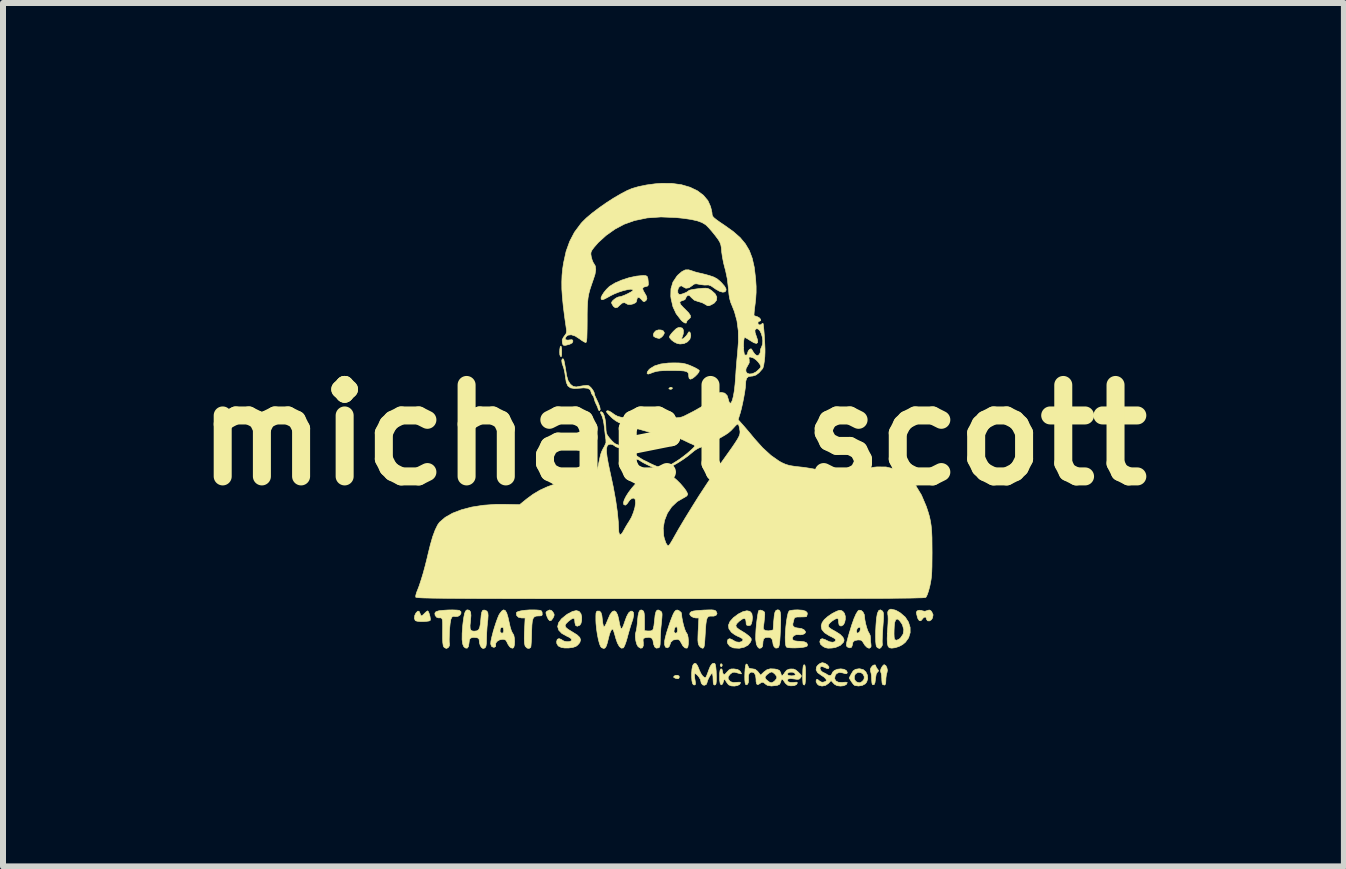
<source format=kicad_pcb>
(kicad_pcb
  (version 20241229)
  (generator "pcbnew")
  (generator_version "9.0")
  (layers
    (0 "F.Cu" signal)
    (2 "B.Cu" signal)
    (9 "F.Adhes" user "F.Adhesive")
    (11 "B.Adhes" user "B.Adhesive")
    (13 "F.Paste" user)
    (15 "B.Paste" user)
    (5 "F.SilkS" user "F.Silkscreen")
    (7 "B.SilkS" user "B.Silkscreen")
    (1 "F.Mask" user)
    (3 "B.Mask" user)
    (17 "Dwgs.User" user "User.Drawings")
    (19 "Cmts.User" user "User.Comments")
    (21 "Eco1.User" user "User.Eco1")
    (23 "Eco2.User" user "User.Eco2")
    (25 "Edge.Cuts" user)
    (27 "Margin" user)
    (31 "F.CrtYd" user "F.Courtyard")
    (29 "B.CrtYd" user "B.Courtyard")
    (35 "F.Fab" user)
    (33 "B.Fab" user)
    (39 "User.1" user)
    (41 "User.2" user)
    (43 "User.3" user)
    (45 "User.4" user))
  (footprint "michael_scott"
    (layer "F.Cu")
    (at 8.172 4.199)
    (property "Reference" "michael_scott" (at 0 0 0) (layer "F.SilkS") (effects (font (size 1.524 1.524) (thickness 0.3))))
    (attr through_hole)
    (fp_poly (pts (xy -0.019 -0.786) (xy -0.017 -0.779) (xy -0.031 -0.765) (xy -0.052 -0.762) (xy -0.075 -0.769) (xy -0.076 -0.779) (xy -0.052 -0.795) (xy -0.041 -0.796) (xy -0.019 -0.786)) (stroke (width 0.01) (type solid)) (fill yes) (layer "F.SilkS"))
    (fp_poly (pts (xy 0.811 3.824) (xy 0.813 3.835) (xy 0.804 3.858) (xy 0.796 3.861) (xy 0.781 3.847) (xy 0.779 3.835) (xy 0.788 3.813) (xy 0.796 3.81) (xy 0.811 3.824)) (stroke (width 0.01) (type solid)) (fill yes) (layer "F.SilkS"))
    (fp_poly (pts (xy 0.095 4.018) (xy 0.095 4.043) (xy 0.094 4.046) (xy 0.082 4.059) (xy 0.064 4.06) (xy 0.03 4.052) (xy 0.003 4.037) (xy 0.008 4.018) (xy 0.036 4.004) (xy 0.071 4.003) (xy 0.095 4.018)) (stroke (width 0.01) (type solid)) (fill yes) (layer "F.SilkS"))
    (fp_poly (pts (xy -1.869 -1.473) (xy -1.864 -1.434) (xy -1.863 -1.398) (xy -1.863 -1.341) (xy -1.866 -1.313) (xy -1.874 -1.306) (xy -1.885 -1.315) (xy -1.894 -1.34) (xy -1.896 -1.383) (xy -1.894 -1.431) (xy -1.887 -1.468) (xy -1.88 -1.482) (xy -1.869 -1.473)) (stroke (width 0.01) (type solid)) (fill yes) (layer "F.SilkS"))
    (fp_poly (pts (xy -2.029 2.926) (xy -2.006 2.954) (xy -1.989 2.985) (xy -1.99 3.012) (xy -2.006 3.047) (xy -2.034 3.087) (xy -2.06 3.095) (xy -2.086 3.069) (xy -2.106 3.027) (xy -2.122 2.982) (xy -2.125 2.957) (xy -2.115 2.941) (xy -2.105 2.934) (xy -2.063 2.914) (xy -2.029 2.926)) (stroke (width 0.01) (type solid)) (fill yes) (layer "F.SilkS"))
    (fp_poly (pts (xy -0.206 -1.75) (xy -0.169 -1.735) (xy -0.153 -1.706) (xy -0.152 -1.701) (xy -0.165 -1.67) (xy -0.193 -1.636) (xy -0.226 -1.613) (xy -0.241 -1.61) (xy -0.273 -1.617) (xy -0.301 -1.626) (xy -0.332 -1.647) (xy -0.335 -1.678) (xy -0.322 -1.709) (xy -0.293 -1.738) (xy -0.25 -1.752) (xy -0.206 -1.75)) (stroke (width 0.01) (type solid)) (fill yes) (layer "F.SilkS"))
    (fp_poly (pts (xy 2.19 3.835) (xy 2.196 3.863) (xy 2.2 3.914) (xy 2.201 3.995) (xy 2.201 3.996) (xy 2.199 4.086) (xy 2.193 4.142) (xy 2.182 4.166) (xy 2.166 4.159) (xy 2.16 4.151) (xy 2.157 4.128) (xy 2.154 4.08) (xy 2.153 4.016) (xy 2.154 3.982) (xy 2.156 3.904) (xy 2.161 3.856) (xy 2.17 3.832) (xy 2.179 3.827) (xy 2.19 3.835)) (stroke (width 0.01) (type solid)) (fill yes) (layer "F.SilkS"))
    (fp_poly (pts (xy 3.363 3.831) (xy 3.37 3.846) (xy 3.38 3.874) (xy 3.398 3.898) (xy 3.417 3.923) (xy 3.411 3.94) (xy 3.399 3.95) (xy 3.378 3.985) (xy 3.367 4.052) (xy 3.366 4.063) (xy 3.358 4.125) (xy 3.343 4.159) (xy 3.322 4.161) (xy 3.314 4.155) (xy 3.307 4.132) (xy 3.303 4.088) (xy 3.302 4.06) (xy 3.299 4.005) (xy 3.291 3.96) (xy 3.286 3.948) (xy 3.281 3.903) (xy 3.291 3.877) (xy 3.314 3.847) (xy 3.341 3.831) (xy 3.363 3.831)) (stroke (width 0.01) (type solid)) (fill yes) (layer "F.SilkS"))
    (fp_poly (pts (xy 3.538 3.842) (xy 3.556 3.877) (xy 3.565 3.92) (xy 3.558 3.958) (xy 3.557 3.96) (xy 3.547 3.997) (xy 3.54 4.051) (xy 3.539 4.08) (xy 3.536 4.136) (xy 3.525 4.162) (xy 3.516 4.166) (xy 3.488 4.158) (xy 3.483 4.154) (xy 3.476 4.132) (xy 3.472 4.088) (xy 3.471 4.056) (xy 3.468 4.003) (xy 3.46 3.964) (xy 3.454 3.952) (xy 3.449 3.926) (xy 3.46 3.889) (xy 3.481 3.852) (xy 3.504 3.829) (xy 3.513 3.827) (xy 3.538 3.842)) (stroke (width 0.01) (type solid)) (fill yes) (layer "F.SilkS"))
    (fp_poly (pts (xy -4.083 2.944) (xy -4.069 2.98) (xy -4.057 3.024) (xy -4.051 3.065) (xy -4.052 3.087) (xy -4.071 3.098) (xy -4.113 3.104) (xy -4.168 3.108) (xy -4.224 3.107) (xy -4.272 3.102) (xy -4.3 3.093) (xy -4.302 3.092) (xy -4.317 3.055) (xy -4.311 3.006) (xy -4.292 2.967) (xy -4.262 2.935) (xy -4.24 2.936) (xy -4.224 2.97) (xy -4.223 2.972) (xy -4.211 3.003) (xy -4.201 3.014) (xy -4.182 3.003) (xy -4.152 2.976) (xy -4.149 2.972) (xy -4.118 2.943) (xy -4.097 2.93) (xy -4.096 2.929) (xy -4.083 2.944)) (stroke (width 0.01) (type solid)) (fill yes) (layer "F.SilkS"))
    (fp_poly (pts (xy 4.286 2.925) (xy 4.303 2.945) (xy 4.326 2.996) (xy 4.315 3.05) (xy 4.297 3.078) (xy 4.267 3.097) (xy 4.236 3.096) (xy 4.218 3.074) (xy 4.216 3.065) (xy 4.206 3.037) (xy 4.192 3.031) (xy 4.165 3.045) (xy 4.149 3.065) (xy 4.122 3.095) (xy 4.096 3.092) (xy 4.073 3.059) (xy 4.065 3.035) (xy 4.053 2.989) (xy 4.047 2.956) (xy 4.047 2.952) (xy 4.061 2.93) (xy 4.095 2.919) (xy 4.134 2.923) (xy 4.147 2.929) (xy 4.188 2.937) (xy 4.226 2.926) (xy 4.261 2.915) (xy 4.286 2.925)) (stroke (width 0.01) (type solid)) (fill yes) (layer "F.SilkS"))
    (fp_poly (pts (xy 3.479 2.93) (xy 3.481 2.932) (xy 3.491 2.946) (xy 3.498 2.966) (xy 3.5 2.999) (xy 3.5 3.05) (xy 3.495 3.124) (xy 3.489 3.208) (xy 3.484 3.297) (xy 3.48 3.374) (xy 3.478 3.433) (xy 3.479 3.467) (xy 3.48 3.472) (xy 3.481 3.5) (xy 3.464 3.532) (xy 3.44 3.554) (xy 3.43 3.556) (xy 3.402 3.544) (xy 3.386 3.529) (xy 3.376 3.5) (xy 3.37 3.443) (xy 3.368 3.364) (xy 3.369 3.271) (xy 3.374 3.169) (xy 3.382 3.064) (xy 3.384 3.05) (xy 3.397 2.974) (xy 3.418 2.927) (xy 3.446 2.912) (xy 3.479 2.93)) (stroke (width 0.01) (type solid)) (fill yes) (layer "F.SilkS"))
    (fp_poly (pts (xy 0.149 -1.781) (xy 0.164 -1.752) (xy 0.166 -1.737) (xy 0.163 -1.686) (xy 0.151 -1.648) (xy 0.138 -1.616) (xy 0.139 -1.599) (xy 0.156 -1.603) (xy 0.185 -1.625) (xy 0.215 -1.656) (xy 0.238 -1.689) (xy 0.242 -1.699) (xy 0.258 -1.721) (xy 0.274 -1.714) (xy 0.285 -1.683) (xy 0.288 -1.651) (xy 0.273 -1.596) (xy 0.232 -1.552) (xy 0.175 -1.524) (xy 0.109 -1.517) (xy 0.059 -1.527) (xy 0.009 -1.552) (xy -0.035 -1.586) (xy -0.063 -1.62) (xy -0.068 -1.636) (xy -0.057 -1.66) (xy -0.029 -1.697) (xy -0.001 -1.728) (xy 0.043 -1.77) (xy 0.078 -1.79) (xy 0.113 -1.792) (xy 0.149 -1.781)) (stroke (width 0.01) (type solid)) (fill yes) (layer "F.SilkS"))
    (fp_poly (pts (xy 3.163 3.909) (xy 3.206 3.947) (xy 3.231 4) (xy 3.237 4.059) (xy 3.219 4.116) (xy 3.195 4.146) (xy 3.146 4.172) (xy 3.083 4.182) (xy 3.023 4.173) (xy 3.019 4.172) (xy 2.997 4.153) (xy 2.97 4.116) (xy 2.963 4.106) (xy 2.928 4.049) (xy 2.942 4.021) (xy 3.013 4.021) (xy 3.014 4.065) (xy 3.036 4.103) (xy 3.058 4.117) (xy 3.092 4.128) (xy 3.115 4.125) (xy 3.146 4.105) (xy 3.175 4.069) (xy 3.179 4.026) (xy 3.161 3.987) (xy 3.127 3.96) (xy 3.08 3.954) (xy 3.071 3.956) (xy 3.032 3.98) (xy 3.013 4.021) (xy 2.942 4.021) (xy 2.962 3.982) (xy 2.994 3.93) (xy 3.032 3.904) (xy 3.087 3.895) (xy 3.106 3.895) (xy 3.163 3.909)) (stroke (width 0.01) (type solid)) (fill yes) (layer "F.SilkS"))
    (fp_poly (pts (xy -2.278 2.915) (xy -2.227 2.92) (xy -2.201 2.93) (xy -2.19 2.95) (xy -2.188 2.968) (xy -2.187 2.997) (xy -2.2 3.011) (xy -2.235 3.014) (xy -2.25 3.014) (xy -2.29 3.017) (xy -2.319 3.03) (xy -2.339 3.056) (xy -2.352 3.101) (xy -2.359 3.169) (xy -2.363 3.265) (xy -2.364 3.305) (xy -2.366 3.388) (xy -2.37 3.459) (xy -2.374 3.511) (xy -2.378 3.537) (xy -2.379 3.538) (xy -2.406 3.556) (xy -2.439 3.55) (xy -2.468 3.522) (xy -2.474 3.509) (xy -2.483 3.466) (xy -2.486 3.391) (xy -2.484 3.289) (xy -2.482 3.255) (xy -2.472 3.048) (xy -2.531 3.048) (xy -2.582 3.037) (xy -2.613 3.007) (xy -2.618 2.967) (xy -2.615 2.957) (xy -2.593 2.943) (xy -2.545 2.93) (xy -2.479 2.92) (xy -2.401 2.914) (xy -2.32 2.914) (xy -2.278 2.915)) (stroke (width 0.01) (type solid)) (fill yes) (layer "F.SilkS"))
    (fp_poly (pts (xy 0.088 -1.201) (xy 0.15 -1.196) (xy 0.204 -1.184) (xy 0.261 -1.165) (xy 0.296 -1.15) (xy 0.356 -1.123) (xy 0.403 -1.097) (xy 0.428 -1.078) (xy 0.43 -1.075) (xy 0.424 -1.05) (xy 0.398 -1.015) (xy 0.361 -0.978) (xy 0.322 -0.947) (xy 0.289 -0.932) (xy 0.284 -0.931) (xy 0.263 -0.94) (xy 0.255 -0.971) (xy 0.254 -0.99) (xy 0.251 -1.021) (xy 0.24 -1.043) (xy 0.215 -1.058) (xy 0.174 -1.068) (xy 0.109 -1.073) (xy 0.019 -1.075) (xy -0.051 -1.075) (xy -0.153 -1.074) (xy -0.228 -1.069) (xy -0.284 -1.061) (xy -0.329 -1.048) (xy -0.335 -1.046) (xy -0.382 -1.028) (xy -0.416 -1.017) (xy -0.424 -1.016) (xy -0.44 -1.026) (xy -0.435 -1.052) (xy -0.41 -1.087) (xy -0.389 -1.107) (xy -0.313 -1.153) (xy -0.212 -1.184) (xy -0.085 -1.2) (xy 0.004 -1.202) (xy 0.088 -1.201)) (stroke (width 0.01) (type solid)) (fill yes) (layer "F.SilkS"))
    (fp_poly (pts (xy 0.673 2.917) (xy 0.696 2.924) (xy 0.71 2.937) (xy 0.71 2.937) (xy 0.726 2.973) (xy 0.712 3.001) (xy 0.674 3.017) (xy 0.638 3.017) (xy 0.605 3.017) (xy 0.58 3.026) (xy 0.562 3.049) (xy 0.549 3.09) (xy 0.54 3.154) (xy 0.533 3.245) (xy 0.529 3.314) (xy 0.523 3.409) (xy 0.518 3.475) (xy 0.512 3.517) (xy 0.504 3.541) (xy 0.493 3.551) (xy 0.488 3.553) (xy 0.459 3.543) (xy 0.43 3.514) (xy 0.418 3.491) (xy 0.411 3.462) (xy 0.407 3.42) (xy 0.408 3.359) (xy 0.411 3.272) (xy 0.412 3.259) (xy 0.423 3.048) (xy 0.373 3.048) (xy 0.33 3.039) (xy 0.292 3.017) (xy 0.272 2.99) (xy 0.271 2.983) (xy 0.277 2.96) (xy 0.297 2.943) (xy 0.335 2.932) (xy 0.397 2.924) (xy 0.488 2.918) (xy 0.493 2.917) (xy 0.578 2.914) (xy 0.636 2.913) (xy 0.673 2.917)) (stroke (width 0.01) (type solid)) (fill yes) (layer "F.SilkS"))
    (fp_poly (pts (xy -3.619 2.916) (xy -3.575 2.92) (xy -3.566 2.923) (xy -3.541 2.944) (xy -3.541 2.973) (xy -3.559 3.001) (xy -3.591 3.021) (xy -3.629 3.025) (xy -3.64 3.023) (xy -3.67 3.02) (xy -3.693 3.035) (xy -3.71 3.073) (xy -3.721 3.136) (xy -3.73 3.228) (xy -3.732 3.256) (xy -3.735 3.335) (xy -3.737 3.405) (xy -3.736 3.455) (xy -3.732 3.477) (xy -3.734 3.513) (xy -3.756 3.544) (xy -3.785 3.556) (xy -3.812 3.544) (xy -3.828 3.53) (xy -3.837 3.506) (xy -3.844 3.458) (xy -3.847 3.384) (xy -3.847 3.28) (xy -3.847 3.276) (xy -3.846 3.183) (xy -3.847 3.118) (xy -3.851 3.077) (xy -3.861 3.055) (xy -3.877 3.046) (xy -3.9 3.046) (xy -3.913 3.047) (xy -3.948 3.035) (xy -3.972 3.003) (xy -3.976 2.968) (xy -3.959 2.945) (xy -3.916 2.93) (xy -3.894 2.926) (xy -3.831 2.92) (xy -3.757 2.915) (xy -3.683 2.914) (xy -3.619 2.916)) (stroke (width 0.01) (type solid)) (fill yes) (layer "F.SilkS"))
    (fp_poly (pts (xy 3.636 2.903) (xy 3.672 2.912) (xy 3.681 2.913) (xy 3.706 2.921) (xy 3.748 2.944) (xy 3.782 2.965) (xy 3.862 3.034) (xy 3.915 3.116) (xy 3.943 3.204) (xy 3.944 3.293) (xy 3.918 3.378) (xy 3.865 3.452) (xy 3.818 3.491) (xy 3.76 3.522) (xy 3.696 3.543) (xy 3.638 3.551) (xy 3.596 3.544) (xy 3.594 3.542) (xy 3.575 3.517) (xy 3.564 3.47) (xy 3.561 3.398) (xy 3.564 3.312) (xy 3.675 3.312) (xy 3.677 3.367) (xy 3.683 3.402) (xy 3.686 3.409) (xy 3.718 3.42) (xy 3.76 3.401) (xy 3.784 3.38) (xy 3.827 3.316) (xy 3.838 3.244) (xy 3.816 3.166) (xy 3.803 3.141) (xy 3.764 3.088) (xy 3.731 3.065) (xy 3.705 3.075) (xy 3.688 3.117) (xy 3.685 3.128) (xy 3.679 3.183) (xy 3.676 3.248) (xy 3.675 3.312) (xy 3.564 3.312) (xy 3.564 3.297) (xy 3.57 3.217) (xy 3.575 3.136) (xy 3.577 3.064) (xy 3.575 3.011) (xy 3.571 2.985) (xy 3.57 2.947) (xy 3.589 2.915) (xy 3.62 2.901) (xy 3.636 2.903)) (stroke (width 0.01) (type solid)) (fill yes) (layer "F.SilkS"))
    (fp_poly (pts (xy 0.092 2.926) (xy 0.128 2.956) (xy 0.135 2.986) (xy 0.14 3.038) (xy 0.152 3.103) (xy 0.168 3.171) (xy 0.187 3.233) (xy 0.205 3.279) (xy 0.218 3.298) (xy 0.234 3.326) (xy 0.244 3.374) (xy 0.249 3.431) (xy 0.247 3.487) (xy 0.24 3.53) (xy 0.226 3.551) (xy 0.192 3.547) (xy 0.157 3.514) (xy 0.127 3.46) (xy 0.103 3.42) (xy 0.073 3.404) (xy 0.059 3.404) (xy -0.004 3.415) (xy -0.044 3.451) (xy -0.056 3.486) (xy -0.074 3.528) (xy -0.101 3.546) (xy -0.131 3.535) (xy -0.136 3.529) (xy -0.149 3.491) (xy -0.147 3.431) (xy -0.136 3.374) (xy -0.116 3.3) (xy -0.108 3.273) (xy 0.007 3.273) (xy 0.023 3.298) (xy 0.043 3.302) (xy 0.062 3.287) (xy 0.068 3.252) (xy 0.062 3.209) (xy 0.046 3.192) (xy 0.027 3.205) (xy 0.017 3.226) (xy 0.007 3.273) (xy -0.108 3.273) (xy -0.09 3.217) (xy -0.062 3.132) (xy -0.033 3.054) (xy -0.007 2.99) (xy 0.013 2.951) (xy 0.016 2.947) (xy 0.042 2.919) (xy 0.068 2.916) (xy 0.092 2.926)) (stroke (width 0.01) (type solid)) (fill yes) (layer "F.SilkS"))
    (fp_poly (pts (xy -2.804 2.923) (xy -2.779 2.964) (xy -2.757 3.037) (xy -2.741 3.108) (xy -2.721 3.197) (xy -2.701 3.262) (xy -2.682 3.3) (xy -2.679 3.303) (xy -2.661 3.334) (xy -2.651 3.383) (xy -2.647 3.44) (xy -2.65 3.494) (xy -2.66 3.535) (xy -2.677 3.552) (xy -2.708 3.545) (xy -2.73 3.527) (xy -2.757 3.488) (xy -2.775 3.45) (xy -2.795 3.417) (xy -2.827 3.405) (xy -2.85 3.404) (xy -2.897 3.413) (xy -2.937 3.436) (xy -2.96 3.466) (xy -2.962 3.482) (xy -2.963 3.522) (xy -2.986 3.537) (xy -3.001 3.536) (xy -3.03 3.523) (xy -3.043 3.49) (xy -3.045 3.474) (xy -3.042 3.435) (xy -3.029 3.373) (xy -3.009 3.295) (xy -3.004 3.276) (xy -2.89 3.276) (xy -2.869 3.299) (xy -2.852 3.302) (xy -2.833 3.287) (xy -2.828 3.251) (xy -2.836 3.213) (xy -2.856 3.2) (xy -2.878 3.214) (xy -2.887 3.234) (xy -2.89 3.276) (xy -3.004 3.276) (xy -2.985 3.211) (xy -2.958 3.128) (xy -2.932 3.055) (xy -2.909 3) (xy -2.899 2.982) (xy -2.862 2.933) (xy -2.831 2.913) (xy -2.804 2.923)) (stroke (width 0.01) (type solid)) (fill yes) (layer "F.SilkS"))
    (fp_poly (pts (xy 0.811 3.909) (xy 0.813 3.924) (xy 0.822 3.965) (xy 0.829 3.979) (xy 0.843 3.991) (xy 0.862 3.982) (xy 0.893 3.948) (xy 0.927 3.913) (xy 0.96 3.898) (xy 1.007 3.897) (xy 1.014 3.898) (xy 1.07 3.907) (xy 1.105 3.93) (xy 1.116 3.944) (xy 1.133 3.973) (xy 1.128 3.98) (xy 1.101 3.974) (xy 1.051 3.96) (xy 1.021 3.952) (xy 0.984 3.954) (xy 0.945 3.984) (xy 0.942 3.988) (xy 0.914 4.023) (xy 0.91 4.051) (xy 0.917 4.072) (xy 0.948 4.109) (xy 0.997 4.124) (xy 1.06 4.12) (xy 1.098 4.118) (xy 1.117 4.124) (xy 1.118 4.126) (xy 1.103 4.155) (xy 1.066 4.174) (xy 1.016 4.183) (xy 0.965 4.18) (xy 0.923 4.164) (xy 0.911 4.153) (xy 0.881 4.113) (xy 0.867 4.089) (xy 0.856 4.07) (xy 0.849 4.066) (xy 0.84 4.084) (xy 0.825 4.128) (xy 0.821 4.142) (xy 0.804 4.161) (xy 0.792 4.161) (xy 0.778 4.14) (xy 0.77 4.089) (xy 0.769 4.054) (xy 0.769 3.973) (xy 0.776 3.922) (xy 0.788 3.898) (xy 0.797 3.895) (xy 0.811 3.909)) (stroke (width 0.01) (type solid)) (fill yes) (layer "F.SilkS"))
    (fp_poly (pts (xy 3.125 2.921) (xy 3.157 2.948) (xy 3.179 2.991) (xy 3.183 3.022) (xy 3.189 3.077) (xy 3.202 3.144) (xy 3.221 3.212) (xy 3.241 3.269) (xy 3.261 3.304) (xy 3.261 3.304) (xy 3.278 3.34) (xy 3.283 3.388) (xy 3.283 3.389) (xy 3.284 3.439) (xy 3.29 3.48) (xy 3.293 3.518) (xy 3.287 3.537) (xy 3.261 3.553) (xy 3.228 3.541) (xy 3.192 3.506) (xy 3.172 3.475) (xy 3.147 3.435) (xy 3.121 3.417) (xy 3.08 3.414) (xy 3.074 3.414) (xy 3.018 3.425) (xy 2.989 3.454) (xy 2.981 3.499) (xy 2.968 3.535) (xy 2.937 3.546) (xy 2.907 3.536) (xy 2.892 3.526) (xy 2.883 3.512) (xy 2.882 3.489) (xy 2.888 3.45) (xy 2.903 3.392) (xy 2.927 3.307) (xy 2.932 3.292) (xy 2.942 3.257) (xy 3.051 3.257) (xy 3.051 3.291) (xy 3.066 3.3) (xy 3.076 3.299) (xy 3.103 3.278) (xy 3.113 3.245) (xy 3.113 3.211) (xy 3.098 3.202) (xy 3.087 3.203) (xy 3.061 3.224) (xy 3.051 3.257) (xy 2.942 3.257) (xy 2.971 3.163) (xy 3.008 3.059) (xy 3.042 2.982) (xy 3.072 2.934) (xy 3.09 2.919) (xy 3.125 2.921)) (stroke (width 0.01) (type solid)) (fill yes) (layer "F.SilkS"))
    (fp_poly (pts (xy 1.273 2.938) (xy 1.304 2.972) (xy 1.306 2.976) (xy 1.316 3.038) (xy 1.31 3.099) (xy 1.298 3.146) (xy 1.283 3.169) (xy 1.258 3.175) (xy 1.253 3.175) (xy 1.224 3.17) (xy 1.212 3.15) (xy 1.21 3.116) (xy 1.203 3.071) (xy 1.182 3.054) (xy 1.146 3.066) (xy 1.094 3.104) (xy 1.053 3.144) (xy 1.039 3.177) (xy 1.052 3.207) (xy 1.095 3.241) (xy 1.139 3.267) (xy 1.196 3.302) (xy 1.245 3.339) (xy 1.269 3.36) (xy 1.294 3.391) (xy 1.296 3.418) (xy 1.284 3.449) (xy 1.242 3.501) (xy 1.177 3.536) (xy 1.096 3.553) (xy 1.009 3.548) (xy 0.991 3.544) (xy 0.938 3.518) (xy 0.905 3.476) (xy 0.897 3.443) (xy 0.908 3.405) (xy 0.937 3.393) (xy 0.978 3.409) (xy 0.992 3.419) (xy 1.043 3.446) (xy 1.096 3.453) (xy 1.139 3.441) (xy 1.15 3.431) (xy 1.159 3.41) (xy 1.144 3.39) (xy 1.103 3.367) (xy 1.07 3.353) (xy 1.019 3.326) (xy 0.969 3.289) (xy 0.964 3.284) (xy 0.924 3.229) (xy 0.916 3.169) (xy 0.942 3.107) (xy 1 3.042) (xy 1.081 2.982) (xy 1.157 2.943) (xy 1.223 2.928) (xy 1.273 2.938)) (stroke (width 0.01) (type solid)) (fill yes) (layer "F.SilkS"))
    (fp_poly (pts (xy -1.573 2.938) (xy -1.541 2.979) (xy -1.541 2.981) (xy -1.529 3.031) (xy -1.53 3.088) (xy -1.541 3.138) (xy -1.561 3.169) (xy -1.562 3.169) (xy -1.604 3.186) (xy -1.631 3.172) (xy -1.642 3.129) (xy -1.643 3.116) (xy -1.647 3.07) (xy -1.661 3.052) (xy -1.689 3.059) (xy -1.735 3.092) (xy -1.753 3.106) (xy -1.791 3.144) (xy -1.806 3.174) (xy -1.795 3.204) (xy -1.758 3.236) (xy -1.691 3.277) (xy -1.681 3.283) (xy -1.606 3.33) (xy -1.562 3.372) (xy -1.548 3.413) (xy -1.56 3.455) (xy -1.564 3.462) (xy -1.596 3.499) (xy -1.626 3.522) (xy -1.677 3.539) (xy -1.745 3.548) (xy -1.815 3.548) (xy -1.87 3.539) (xy -1.92 3.514) (xy -1.944 3.474) (xy -1.947 3.441) (xy -1.936 3.404) (xy -1.907 3.392) (xy -1.869 3.406) (xy -1.862 3.412) (xy -1.824 3.434) (xy -1.777 3.444) (xy -1.733 3.442) (xy -1.703 3.428) (xy -1.697 3.417) (xy -1.704 3.394) (xy -1.738 3.37) (xy -1.778 3.351) (xy -1.861 3.305) (xy -1.912 3.251) (xy -1.93 3.192) (xy -1.915 3.129) (xy -1.867 3.064) (xy -1.787 2.998) (xy -1.765 2.983) (xy -1.684 2.94) (xy -1.62 2.925) (xy -1.573 2.938)) (stroke (width 0.01) (type solid)) (fill yes) (layer "F.SilkS"))
    (fp_poly (pts (xy -1.839 -1.269) (xy -1.832 -1.263) (xy -1.826 -1.247) (xy -1.819 -1.217) (xy -1.81 -1.169) (xy -1.797 -1.096) (xy -1.781 -0.995) (xy -1.778 -0.982) (xy -1.756 -0.906) (xy -1.718 -0.847) (xy -1.671 -0.81) (xy -1.619 -0.801) (xy -1.611 -0.803) (xy -1.566 -0.811) (xy -1.508 -0.821) (xy -1.489 -0.823) (xy -1.439 -0.828) (xy -1.408 -0.82) (xy -1.38 -0.795) (xy -1.366 -0.78) (xy -1.338 -0.74) (xy -1.322 -0.708) (xy -1.321 -0.701) (xy -1.313 -0.666) (xy -1.306 -0.647) (xy -1.258 -0.546) (xy -1.229 -0.473) (xy -1.22 -0.426) (xy -1.232 -0.407) (xy -1.236 -0.406) (xy -1.252 -0.42) (xy -1.253 -0.428) (xy -1.261 -0.455) (xy -1.279 -0.498) (xy -1.287 -0.512) (xy -1.308 -0.56) (xy -1.32 -0.6) (xy -1.321 -0.607) (xy -1.333 -0.645) (xy -1.346 -0.66) (xy -1.368 -0.694) (xy -1.372 -0.713) (xy -1.386 -0.754) (xy -1.429 -0.779) (xy -1.498 -0.786) (xy -1.559 -0.781) (xy -1.651 -0.775) (xy -1.716 -0.786) (xy -1.76 -0.819) (xy -1.786 -0.878) (xy -1.8 -0.964) (xy -1.8 -0.965) (xy -1.81 -1.035) (xy -1.824 -1.101) (xy -1.836 -1.138) (xy -1.856 -1.196) (xy -1.862 -1.242) (xy -1.854 -1.267) (xy -1.846 -1.27) (xy -1.839 -1.269)) (stroke (width 0.01) (type solid)) (fill yes) (layer "F.SilkS"))
    (fp_poly (pts (xy 2.791 2.922) (xy 2.821 2.937) (xy 2.849 2.971) (xy 2.863 3.019) (xy 2.863 3.073) (xy 2.852 3.124) (xy 2.83 3.163) (xy 2.799 3.181) (xy 2.784 3.181) (xy 2.76 3.165) (xy 2.752 3.126) (xy 2.752 3.121) (xy 2.748 3.08) (xy 2.74 3.056) (xy 2.74 3.056) (xy 2.719 3.056) (xy 2.683 3.073) (xy 2.642 3.1) (xy 2.607 3.13) (xy 2.589 3.153) (xy 2.58 3.177) (xy 2.584 3.197) (xy 2.607 3.219) (xy 2.652 3.247) (xy 2.705 3.276) (xy 2.777 3.322) (xy 2.824 3.37) (xy 2.843 3.415) (xy 2.835 3.449) (xy 2.78 3.505) (xy 2.701 3.539) (xy 2.641 3.549) (xy 2.577 3.552) (xy 2.531 3.543) (xy 2.493 3.523) (xy 2.451 3.486) (xy 2.438 3.446) (xy 2.449 3.406) (xy 2.478 3.393) (xy 2.526 3.408) (xy 2.546 3.419) (xy 2.601 3.445) (xy 2.652 3.453) (xy 2.687 3.444) (xy 2.698 3.431) (xy 2.702 3.414) (xy 2.697 3.4) (xy 2.676 3.385) (xy 2.634 3.362) (xy 2.596 3.344) (xy 2.518 3.295) (xy 2.473 3.241) (xy 2.461 3.181) (xy 2.477 3.126) (xy 2.513 3.075) (xy 2.574 3.022) (xy 2.648 2.972) (xy 2.72 2.936) (xy 2.762 2.921) (xy 2.791 2.922)) (stroke (width 0.01) (type solid)) (fill yes) (layer "F.SilkS"))
    (fp_poly (pts (xy -3.398 2.922) (xy -3.38 2.952) (xy -3.375 3.008) (xy -3.382 3.091) (xy -3.382 3.094) (xy -3.39 3.173) (xy -3.388 3.224) (xy -3.374 3.254) (xy -3.347 3.266) (xy -3.32 3.268) (xy -3.277 3.263) (xy -3.247 3.245) (xy -3.229 3.207) (xy -3.217 3.145) (xy -3.211 3.083) (xy -3.204 3.002) (xy -3.194 2.951) (xy -3.18 2.923) (xy -3.158 2.916) (xy -3.135 2.92) (xy -3.108 2.935) (xy -3.093 2.962) (xy -3.089 3.007) (xy -3.093 3.077) (xy -3.098 3.116) (xy -3.106 3.198) (xy -3.112 3.293) (xy -3.115 3.383) (xy -3.115 3.389) (xy -3.117 3.467) (xy -3.124 3.517) (xy -3.138 3.544) (xy -3.16 3.555) (xy -3.175 3.556) (xy -3.199 3.541) (xy -3.22 3.506) (xy -3.233 3.461) (xy -3.234 3.445) (xy -3.239 3.403) (xy -3.258 3.383) (xy -3.277 3.377) (xy -3.327 3.372) (xy -3.36 3.376) (xy -3.386 3.388) (xy -3.4 3.411) (xy -3.406 3.457) (xy -3.407 3.467) (xy -3.417 3.525) (xy -3.438 3.552) (xy -3.468 3.548) (xy -3.493 3.527) (xy -3.512 3.483) (xy -3.522 3.409) (xy -3.521 3.304) (xy -3.511 3.17) (xy -3.506 3.124) (xy -3.493 3.033) (xy -3.48 2.971) (xy -3.465 2.934) (xy -3.446 2.916) (xy -3.429 2.913) (xy -3.398 2.922)) (stroke (width 0.01) (type solid)) (fill yes) (layer "F.SilkS"))
    (fp_poly (pts (xy 2.15 2.919) (xy 2.205 2.936) (xy 2.23 2.964) (xy 2.228 2.992) (xy 2.219 3.018) (xy 2.218 3.024) (xy 2.203 3.028) (xy 2.163 3.03) (xy 2.117 3.031) (xy 2.06 3.032) (xy 2.029 3.038) (xy 2.014 3.051) (xy 2.006 3.077) (xy 2.006 3.078) (xy 1.995 3.121) (xy 1.988 3.148) (xy 1.992 3.182) (xy 2.023 3.207) (xy 2.077 3.217) (xy 2.084 3.217) (xy 2.138 3.226) (xy 2.18 3.249) (xy 2.201 3.279) (xy 2.201 3.286) (xy 2.187 3.308) (xy 2.152 3.324) (xy 2.109 3.329) (xy 2.093 3.326) (xy 2.045 3.326) (xy 2.004 3.344) (xy 1.982 3.376) (xy 1.981 3.385) (xy 1.99 3.413) (xy 2.018 3.429) (xy 2.073 3.436) (xy 2.116 3.437) (xy 2.179 3.445) (xy 2.22 3.464) (xy 2.234 3.493) (xy 2.226 3.517) (xy 2.202 3.528) (xy 2.154 3.538) (xy 2.092 3.544) (xy 2.023 3.547) (xy 1.959 3.546) (xy 1.909 3.542) (xy 1.881 3.532) (xy 1.88 3.531) (xy 1.869 3.499) (xy 1.863 3.442) (xy 1.862 3.366) (xy 1.866 3.28) (xy 1.873 3.19) (xy 1.883 3.103) (xy 1.896 3.026) (xy 1.91 2.967) (xy 1.926 2.933) (xy 1.93 2.929) (xy 1.96 2.921) (xy 2.011 2.915) (xy 2.069 2.913) (xy 2.15 2.919)) (stroke (width 0.01) (type solid)) (fill yes) (layer "F.SilkS"))
    (fp_poly (pts (xy -0.511 2.924) (xy -0.497 2.939) (xy -0.489 2.967) (xy -0.484 3.014) (xy -0.483 3.087) (xy -0.483 3.101) (xy -0.483 3.26) (xy -0.426 3.265) (xy -0.381 3.264) (xy -0.349 3.253) (xy -0.349 3.252) (xy -0.336 3.227) (xy -0.325 3.174) (xy -0.317 3.102) (xy -0.315 3.087) (xy -0.306 3) (xy -0.292 2.945) (xy -0.273 2.918) (xy -0.246 2.916) (xy -0.213 2.935) (xy -0.199 2.948) (xy -0.192 2.966) (xy -0.19 2.996) (xy -0.193 3.046) (xy -0.2 3.122) (xy -0.201 3.13) (xy -0.21 3.22) (xy -0.216 3.312) (xy -0.22 3.392) (xy -0.22 3.419) (xy -0.222 3.486) (xy -0.229 3.526) (xy -0.242 3.544) (xy -0.246 3.545) (xy -0.285 3.551) (xy -0.313 3.531) (xy -0.332 3.482) (xy -0.342 3.421) (xy -0.361 3.385) (xy -0.404 3.37) (xy -0.469 3.377) (xy -0.47 3.378) (xy -0.497 3.388) (xy -0.507 3.409) (xy -0.504 3.45) (xy -0.503 3.454) (xy -0.503 3.512) (xy -0.519 3.546) (xy -0.548 3.552) (xy -0.587 3.528) (xy -0.59 3.525) (xy -0.611 3.487) (xy -0.627 3.43) (xy -0.635 3.367) (xy -0.634 3.312) (xy -0.627 3.286) (xy -0.619 3.256) (xy -0.61 3.203) (xy -0.602 3.134) (xy -0.6 3.101) (xy -0.59 3.01) (xy -0.576 2.95) (xy -0.557 2.919) (xy -0.531 2.915) (xy -0.511 2.924)) (stroke (width 0.01) (type solid)) (fill yes) (layer "F.SilkS"))
    (fp_poly (pts (xy 0.689 3.807) (xy 0.698 3.828) (xy 0.706 3.874) (xy 0.712 3.936) (xy 0.712 3.945) (xy 0.715 4.037) (xy 0.714 4.1) (xy 0.71 4.139) (xy 0.702 4.159) (xy 0.688 4.165) (xy 0.686 4.166) (xy 0.67 4.157) (xy 0.663 4.128) (xy 0.66 4.073) (xy 0.658 4.021) (xy 0.651 3.983) (xy 0.645 3.972) (xy 0.631 3.98) (xy 0.609 4.01) (xy 0.586 4.051) (xy 0.568 4.092) (xy 0.559 4.124) (xy 0.559 4.127) (xy 0.545 4.157) (xy 0.513 4.17) (xy 0.487 4.163) (xy 0.463 4.135) (xy 0.457 4.107) (xy 0.449 4.075) (xy 0.428 4.038) (xy 0.401 4.004) (xy 0.375 3.981) (xy 0.356 3.976) (xy 0.352 3.982) (xy 0.35 4.011) (xy 0.355 4.059) (xy 0.359 4.079) (xy 0.367 4.133) (xy 0.363 4.16) (xy 0.347 4.165) (xy 0.331 4.16) (xy 0.317 4.138) (xy 0.307 4.092) (xy 0.303 4.031) (xy 0.303 3.964) (xy 0.308 3.9) (xy 0.318 3.848) (xy 0.333 3.818) (xy 0.357 3.803) (xy 0.379 3.812) (xy 0.403 3.848) (xy 0.43 3.914) (xy 0.43 3.914) (xy 0.456 3.971) (xy 0.486 4.015) (xy 0.515 4.04) (xy 0.537 4.039) (xy 0.539 4.037) (xy 0.551 4.014) (xy 0.569 3.969) (xy 0.585 3.923) (xy 0.615 3.85) (xy 0.646 3.81) (xy 0.678 3.802) (xy 0.689 3.807)) (stroke (width 0.01) (type solid)) (fill yes) (layer "F.SilkS"))
    (fp_poly (pts (xy 1.757 2.916) (xy 1.772 2.93) (xy 1.781 2.959) (xy 1.786 3.006) (xy 1.787 3.076) (xy 1.785 3.174) (xy 1.782 3.242) (xy 1.777 3.349) (xy 1.772 3.427) (xy 1.766 3.481) (xy 1.759 3.515) (xy 1.751 3.535) (xy 1.74 3.545) (xy 1.706 3.551) (xy 1.677 3.529) (xy 1.659 3.484) (xy 1.657 3.462) (xy 1.644 3.405) (xy 1.616 3.376) (xy 1.583 3.37) (xy 1.529 3.376) (xy 1.501 3.398) (xy 1.491 3.443) (xy 1.49 3.463) (xy 1.485 3.517) (xy 1.468 3.544) (xy 1.463 3.546) (xy 1.438 3.554) (xy 1.422 3.549) (xy 1.4 3.526) (xy 1.381 3.484) (xy 1.371 3.412) (xy 1.37 3.386) (xy 1.371 3.321) (xy 1.375 3.243) (xy 1.382 3.16) (xy 1.392 3.079) (xy 1.402 3.007) (xy 1.412 2.953) (xy 1.422 2.924) (xy 1.423 2.922) (xy 1.45 2.917) (xy 1.483 2.927) (xy 1.506 2.939) (xy 1.518 2.955) (xy 1.521 2.984) (xy 1.518 3.034) (xy 1.515 3.061) (xy 1.509 3.123) (xy 1.502 3.175) (xy 1.497 3.202) (xy 1.501 3.237) (xy 1.532 3.258) (xy 1.581 3.263) (xy 1.6 3.261) (xy 1.639 3.253) (xy 1.66 3.247) (xy 1.661 3.246) (xy 1.662 3.229) (xy 1.665 3.186) (xy 1.669 3.125) (xy 1.671 3.099) (xy 1.679 3.013) (xy 1.69 2.956) (xy 1.706 2.925) (xy 1.73 2.913) (xy 1.736 2.913) (xy 1.757 2.916)) (stroke (width 0.01) (type solid)) (fill yes) (layer "F.SilkS"))
    (fp_poly (pts (xy -0.957 2.947) (xy -0.93 2.998) (xy -0.91 3.083) (xy -0.907 3.101) (xy -0.895 3.162) (xy -0.882 3.207) (xy -0.871 3.229) (xy -0.869 3.23) (xy -0.855 3.218) (xy -0.836 3.18) (xy -0.816 3.123) (xy -0.815 3.119) (xy -0.781 3.026) (xy -0.748 2.964) (xy -0.714 2.935) (xy -0.688 2.935) (xy -0.667 2.956) (xy -0.663 2.999) (xy -0.676 3.066) (xy -0.696 3.126) (xy -0.717 3.19) (xy -0.741 3.272) (xy -0.765 3.357) (xy -0.77 3.378) (xy -0.791 3.448) (xy -0.812 3.505) (xy -0.83 3.54) (xy -0.836 3.547) (xy -0.869 3.551) (xy -0.902 3.523) (xy -0.934 3.466) (xy -0.963 3.382) (xy -0.966 3.369) (xy -0.983 3.309) (xy -0.998 3.262) (xy -1.008 3.237) (xy -1.009 3.236) (xy -1.026 3.237) (xy -1.046 3.267) (xy -1.066 3.319) (xy -1.082 3.382) (xy -1.102 3.463) (xy -1.119 3.515) (xy -1.137 3.545) (xy -1.157 3.556) (xy -1.164 3.556) (xy -1.197 3.543) (xy -1.213 3.525) (xy -1.232 3.48) (xy -1.251 3.41) (xy -1.268 3.324) (xy -1.282 3.23) (xy -1.291 3.138) (xy -1.293 3.087) (xy -1.293 3.015) (xy -1.291 2.97) (xy -1.284 2.946) (xy -1.273 2.935) (xy -1.264 2.933) (xy -1.231 2.934) (xy -1.208 2.958) (xy -1.193 3.008) (xy -1.185 3.077) (xy -1.178 3.135) (xy -1.169 3.178) (xy -1.158 3.195) (xy -1.144 3.184) (xy -1.123 3.147) (xy -1.1 3.092) (xy -1.093 3.075) (xy -1.057 2.992) (xy -1.021 2.944) (xy -0.987 2.929) (xy -0.957 2.947)) (stroke (width 0.01) (type solid)) (fill yes) (layer "F.SilkS"))
    (fp_poly (pts (xy -0.459 -2.655) (xy -0.437 -2.641) (xy -0.426 -2.608) (xy -0.42 -2.549) (xy -0.42 -2.548) (xy -0.419 -2.504) (xy -0.428 -2.484) (xy -0.454 -2.476) (xy -0.457 -2.475) (xy -0.499 -2.464) (xy -0.514 -2.443) (xy -0.504 -2.407) (xy -0.484 -2.373) (xy -0.452 -2.316) (xy -0.442 -2.277) (xy -0.453 -2.248) (xy -0.468 -2.234) (xy -0.489 -2.222) (xy -0.51 -2.232) (xy -0.534 -2.259) (xy -0.568 -2.29) (xy -0.595 -2.293) (xy -0.609 -2.267) (xy -0.61 -2.253) (xy -0.62 -2.218) (xy -0.631 -2.206) (xy -0.669 -2.186) (xy -0.716 -2.175) (xy -0.756 -2.176) (xy -0.768 -2.181) (xy -0.814 -2.206) (xy -0.853 -2.2) (xy -0.892 -2.167) (xy -0.933 -2.128) (xy -0.966 -2.12) (xy -0.996 -2.14) (xy -1.007 -2.154) (xy -1.026 -2.187) (xy -1.033 -2.206) (xy -1.019 -2.232) (xy -0.986 -2.262) (xy -0.946 -2.289) (xy -0.91 -2.303) (xy -0.904 -2.303) (xy -0.869 -2.31) (xy -0.816 -2.33) (xy -0.76 -2.356) (xy -0.706 -2.385) (xy -0.679 -2.403) (xy -0.675 -2.416) (xy -0.686 -2.426) (xy -0.718 -2.43) (xy -0.773 -2.421) (xy -0.842 -2.404) (xy -0.916 -2.38) (xy -0.988 -2.351) (xy -1.041 -2.325) (xy -1.108 -2.288) (xy -1.151 -2.266) (xy -1.177 -2.256) (xy -1.192 -2.256) (xy -1.204 -2.264) (xy -1.205 -2.265) (xy -1.207 -2.289) (xy -1.189 -2.329) (xy -1.158 -2.377) (xy -1.117 -2.427) (xy -1.072 -2.471) (xy -1.061 -2.48) (xy -0.973 -2.534) (xy -0.862 -2.582) (xy -0.739 -2.622) (xy -0.616 -2.648) (xy -0.503 -2.659) (xy -0.498 -2.659) (xy -0.459 -2.655)) (stroke (width 0.01) (type solid)) (fill yes) (layer "F.SilkS"))
    (fp_poly (pts (xy 2.523 3.803) (xy 2.563 3.828) (xy 2.588 3.858) (xy 2.591 3.87) (xy 2.584 3.891) (xy 2.561 3.891) (xy 2.516 3.872) (xy 2.513 3.87) (xy 2.474 3.856) (xy 2.45 3.86) (xy 2.45 3.86) (xy 2.441 3.888) (xy 2.454 3.923) (xy 2.483 3.95) (xy 2.494 3.955) (xy 2.539 3.976) (xy 2.561 3.992) (xy 2.595 4.008) (xy 2.626 4.002) (xy 2.641 3.977) (xy 2.642 3.973) (xy 2.655 3.948) (xy 2.683 3.922) (xy 2.733 3.902) (xy 2.788 3.896) (xy 2.84 3.903) (xy 2.879 3.923) (xy 2.896 3.953) (xy 2.896 3.955) (xy 2.889 3.975) (xy 2.865 3.977) (xy 2.822 3.964) (xy 2.763 3.955) (xy 2.717 3.975) (xy 2.695 4.006) (xy 2.685 4.057) (xy 2.704 4.096) (xy 2.747 4.119) (xy 2.812 4.123) (xy 2.835 4.12) (xy 2.874 4.118) (xy 2.895 4.124) (xy 2.896 4.126) (xy 2.88 4.157) (xy 2.837 4.177) (xy 2.783 4.183) (xy 2.726 4.176) (xy 2.685 4.154) (xy 2.668 4.137) (xy 2.626 4.091) (xy 2.584 4.137) (xy 2.533 4.172) (xy 2.475 4.183) (xy 2.421 4.169) (xy 2.397 4.149) (xy 2.377 4.112) (xy 2.378 4.087) (xy 2.388 4.07) (xy 2.404 4.074) (xy 2.426 4.093) (xy 2.461 4.115) (xy 2.489 4.12) (xy 2.527 4.108) (xy 2.536 4.105) (xy 2.55 4.089) (xy 2.538 4.062) (xy 2.506 4.031) (xy 2.46 4.001) (xy 2.403 3.96) (xy 2.377 3.914) (xy 2.383 3.866) (xy 2.404 3.836) (xy 2.442 3.806) (xy 2.478 3.793) (xy 2.48 3.793) (xy 2.523 3.803)) (stroke (width 0.01) (type solid)) (fill yes) (layer "F.SilkS"))
    (fp_poly (pts (xy 0.302 -2.738) (xy 0.36 -2.718) (xy 0.418 -2.703) (xy 0.422 -2.702) (xy 0.468 -2.692) (xy 0.532 -2.676) (xy 0.6 -2.657) (xy 0.673 -2.632) (xy 0.728 -2.602) (xy 0.778 -2.56) (xy 0.801 -2.537) (xy 0.852 -2.479) (xy 0.875 -2.436) (xy 0.877 -2.416) (xy 0.86 -2.387) (xy 0.822 -2.38) (xy 0.77 -2.394) (xy 0.707 -2.429) (xy 0.683 -2.446) (xy 0.626 -2.485) (xy 0.583 -2.501) (xy 0.559 -2.5) (xy 0.517 -2.499) (xy 0.46 -2.506) (xy 0.436 -2.51) (xy 0.385 -2.52) (xy 0.353 -2.518) (xy 0.327 -2.503) (xy 0.317 -2.494) (xy 0.259 -2.454) (xy 0.207 -2.446) (xy 0.167 -2.466) (xy 0.135 -2.486) (xy 0.105 -2.479) (xy 0.105 -2.478) (xy 0.082 -2.45) (xy 0.071 -2.409) (xy 0.073 -2.369) (xy 0.09 -2.344) (xy 0.092 -2.343) (xy 0.123 -2.344) (xy 0.168 -2.358) (xy 0.215 -2.378) (xy 0.249 -2.4) (xy 0.255 -2.408) (xy 0.276 -2.416) (xy 0.322 -2.426) (xy 0.385 -2.435) (xy 0.416 -2.439) (xy 0.489 -2.446) (xy 0.537 -2.447) (xy 0.57 -2.443) (xy 0.598 -2.431) (xy 0.63 -2.41) (xy 0.633 -2.409) (xy 0.693 -2.355) (xy 0.722 -2.3) (xy 0.718 -2.248) (xy 0.682 -2.201) (xy 0.635 -2.173) (xy 0.595 -2.155) (xy 0.568 -2.155) (xy 0.538 -2.172) (xy 0.529 -2.178) (xy 0.48 -2.204) (xy 0.422 -2.222) (xy 0.415 -2.223) (xy 0.347 -2.247) (xy 0.301 -2.288) (xy 0.27 -2.321) (xy 0.249 -2.33) (xy 0.229 -2.32) (xy 0.207 -2.291) (xy 0.203 -2.275) (xy 0.189 -2.255) (xy 0.153 -2.241) (xy 0.152 -2.241) (xy 0.116 -2.228) (xy 0.105 -2.206) (xy 0.12 -2.173) (xy 0.163 -2.126) (xy 0.195 -2.095) (xy 0.252 -2.037) (xy 0.282 -1.992) (xy 0.283 -1.958) (xy 0.257 -1.932) (xy 0.254 -1.93) (xy 0.227 -1.906) (xy 0.22 -1.887) (xy 0.211 -1.865) (xy 0.185 -1.869) (xy 0.146 -1.896) (xy 0.125 -1.918) (xy 0.045 -2.022) (xy -0.009 -2.138) (xy -0.04 -2.273) (xy -0.045 -2.313) (xy -0.042 -2.437) (xy -0.009 -2.548) (xy 0.056 -2.646) (xy 0.077 -2.669) (xy 0.141 -2.724) (xy 0.197 -2.752) (xy 0.253 -2.753) (xy 0.302 -2.738)) (stroke (width 0.01) (type solid)) (fill yes) (layer "F.SilkS"))
    (fp_poly (pts (xy 1.231 3.824) (xy 1.243 3.852) (xy 1.257 3.882) (xy 1.285 3.893) (xy 1.311 3.895) (xy 1.359 3.903) (xy 1.398 3.933) (xy 1.411 3.948) (xy 1.452 4.001) (xy 1.507 3.948) (xy 1.557 3.911) (xy 1.613 3.895) (xy 1.684 3.898) (xy 1.724 3.905) (xy 1.765 3.922) (xy 1.785 3.957) (xy 1.787 3.964) (xy 1.798 4.001) (xy 1.813 4.009) (xy 1.83 3.992) (xy 1.897 3.992) (xy 1.921 4.007) (xy 1.964 4.013) (xy 2.012 4.009) (xy 2.031 3.994) (xy 2.032 3.989) (xy 2.017 3.965) (xy 1.982 3.951) (xy 1.938 3.952) (xy 1.93 3.954) (xy 1.899 3.972) (xy 1.897 3.992) (xy 1.83 3.992) (xy 1.836 3.986) (xy 1.854 3.958) (xy 1.887 3.918) (xy 1.929 3.901) (xy 1.954 3.898) (xy 2.001 3.899) (xy 2.038 3.915) (xy 2.077 3.948) (xy 2.114 3.985) (xy 2.13 4.009) (xy 2.128 4.029) (xy 2.112 4.051) (xy 2.092 4.068) (xy 2.06 4.071) (xy 2.016 4.065) (xy 1.949 4.057) (xy 1.91 4.065) (xy 1.897 4.088) (xy 1.897 4.089) (xy 1.911 4.111) (xy 1.95 4.123) (xy 2.002 4.123) (xy 2.018 4.12) (xy 2.052 4.118) (xy 2.066 4.128) (xy 2.051 4.157) (xy 2.011 4.176) (xy 1.954 4.179) (xy 1.953 4.179) (xy 1.902 4.168) (xy 1.867 4.138) (xy 1.854 4.12) (xy 1.826 4.079) (xy 1.807 4.068) (xy 1.794 4.087) (xy 1.787 4.113) (xy 1.769 4.152) (xy 1.732 4.17) (xy 1.724 4.172) (xy 1.632 4.182) (xy 1.565 4.171) (xy 1.532 4.149) (xy 1.498 4.12) (xy 1.467 4.121) (xy 1.438 4.142) (xy 1.406 4.16) (xy 1.386 4.148) (xy 1.376 4.104) (xy 1.376 4.071) (xy 1.373 4.043) (xy 1.526 4.043) (xy 1.54 4.069) (xy 1.563 4.09) (xy 1.606 4.122) (xy 1.638 4.128) (xy 1.672 4.109) (xy 1.688 4.095) (xy 1.719 4.058) (xy 1.722 4.027) (xy 1.697 3.991) (xy 1.684 3.978) (xy 1.652 3.952) (xy 1.628 3.948) (xy 1.597 3.963) (xy 1.558 3.992) (xy 1.534 4.018) (xy 1.526 4.043) (xy 1.373 4.043) (xy 1.368 4.005) (xy 1.345 3.963) (xy 1.308 3.95) (xy 1.289 3.953) (xy 1.264 3.969) (xy 1.251 4.002) (xy 1.249 4.059) (xy 1.251 4.081) (xy 1.247 4.126) (xy 1.232 4.155) (xy 1.212 4.162) (xy 1.202 4.155) (xy 1.194 4.131) (xy 1.189 4.083) (xy 1.188 4.022) (xy 1.19 3.955) (xy 1.194 3.893) (xy 1.201 3.844) (xy 1.21 3.817) (xy 1.213 3.815) (xy 1.231 3.824)) (stroke (width 0.01) (type solid)) (fill yes) (layer "F.SilkS"))
    (fp_poly (pts (xy -0.027 -4.193) (xy 0.133 -4.171) (xy 0.276 -4.129) (xy 0.399 -4.07) (xy 0.499 -3.995) (xy 0.574 -3.905) (xy 0.617 -3.809) (xy 0.632 -3.752) (xy 0.642 -3.702) (xy 0.643 -3.683) (xy 0.646 -3.662) (xy 0.656 -3.642) (xy 0.677 -3.619) (xy 0.714 -3.589) (xy 0.771 -3.548) (xy 0.853 -3.493) (xy 0.857 -3.49) (xy 0.997 -3.39) (xy 1.11 -3.291) (xy 1.197 -3.187) (xy 1.264 -3.074) (xy 1.312 -2.946) (xy 1.346 -2.796) (xy 1.367 -2.62) (xy 1.369 -2.599) (xy 1.377 -2.479) (xy 1.377 -2.374) (xy 1.37 -2.266) (xy 1.362 -2.194) (xy 1.352 -2.116) (xy 1.345 -2.052) (xy 1.342 -2.008) (xy 1.341 -1.991) (xy 1.341 -1.991) (xy 1.359 -1.984) (xy 1.395 -1.972) (xy 1.397 -1.972) (xy 1.431 -1.953) (xy 1.452 -1.928) (xy 1.454 -1.906) (xy 1.434 -1.897) (xy 1.432 -1.897) (xy 1.41 -1.884) (xy 1.407 -1.859) (xy 1.424 -1.836) (xy 1.45 -1.836) (xy 1.461 -1.844) (xy 1.484 -1.861) (xy 1.491 -1.863) (xy 1.496 -1.847) (xy 1.501 -1.804) (xy 1.507 -1.742) (xy 1.513 -1.667) (xy 1.518 -1.585) (xy 1.522 -1.505) (xy 1.525 -1.433) (xy 1.525 -1.38) (xy 1.522 -1.306) (xy 1.514 -1.232) (xy 1.504 -1.166) (xy 1.492 -1.12) (xy 1.484 -1.105) (xy 1.425 -1.038) (xy 1.372 -0.999) (xy 1.319 -0.983) (xy 1.303 -0.982) (xy 1.251 -0.975) (xy 1.22 -0.948) (xy 1.205 -0.898) (xy 1.202 -0.846) (xy 1.198 -0.793) (xy 1.187 -0.715) (xy 1.171 -0.624) (xy 1.152 -0.528) (xy 1.131 -0.436) (xy 1.11 -0.358) (xy 1.105 -0.344) (xy 1.078 -0.256) (xy 1.144 -0.182) (xy 1.182 -0.139) (xy 1.234 -0.078) (xy 1.293 -0.008) (xy 1.346 0.057) (xy 1.487 0.214) (xy 1.625 0.34) (xy 1.759 0.434) (xy 1.803 0.459) (xy 1.868 0.488) (xy 1.934 0.508) (xy 2.016 0.521) (xy 2.066 0.527) (xy 2.175 0.539) (xy 2.285 0.556) (xy 2.404 0.578) (xy 2.54 0.607) (xy 2.659 0.635) (xy 2.753 0.656) (xy 2.823 0.669) (xy 2.878 0.674) (xy 2.925 0.669) (xy 2.973 0.656) (xy 3.03 0.633) (xy 3.042 0.629) (xy 3.137 0.59) (xy 3.212 0.564) (xy 3.277 0.547) (xy 3.343 0.536) (xy 3.39 0.531) (xy 3.542 0.532) (xy 3.684 0.566) (xy 3.815 0.63) (xy 3.934 0.725) (xy 4.04 0.848) (xy 4.132 1) (xy 4.208 1.179) (xy 4.214 1.194) (xy 4.243 1.282) (xy 4.266 1.36) (xy 4.282 1.436) (xy 4.294 1.514) (xy 4.302 1.603) (xy 4.307 1.707) (xy 4.308 1.834) (xy 4.309 1.956) (xy 4.308 2.089) (xy 4.307 2.195) (xy 4.304 2.279) (xy 4.3 2.346) (xy 4.293 2.403) (xy 4.284 2.456) (xy 4.273 2.511) (xy 4.27 2.523) (xy 4.25 2.599) (xy 4.229 2.66) (xy 4.21 2.698) (xy 4.204 2.705) (xy 4.195 2.707) (xy 4.173 2.71) (xy 4.137 2.712) (xy 4.087 2.713) (xy 4.02 2.715) (xy 3.937 2.717) (xy 3.835 2.718) (xy 3.714 2.719) (xy 3.574 2.721) (xy 3.412 2.722) (xy 3.227 2.722) (xy 3.02 2.723) (xy 2.788 2.724) (xy 2.53 2.725) (xy 2.246 2.725) (xy 1.935 2.725) (xy 1.595 2.726) (xy 1.225 2.726) (xy 0.825 2.726) (xy 0.392 2.726) (xy -0.055 2.726) (xy -0.505 2.726) (xy -0.922 2.726) (xy -1.308 2.726) (xy -1.664 2.726) (xy -1.991 2.726) (xy -2.29 2.726) (xy -2.562 2.725) (xy -2.809 2.725) (xy -3.032 2.724) (xy -3.232 2.724) (xy -3.41 2.723) (xy -3.567 2.722) (xy -3.705 2.721) (xy -3.825 2.72) (xy -3.928 2.719) (xy -4.016 2.718) (xy -4.089 2.716) (xy -4.148 2.715) (xy -4.196 2.713) (xy -4.232 2.711) (xy -4.259 2.709) (xy -4.278 2.706) (xy -4.289 2.704) (xy -4.295 2.701) (xy -4.295 2.7) (xy -4.294 2.672) (xy -4.281 2.624) (xy -4.262 2.577) (xy -4.236 2.509) (xy -4.205 2.414) (xy -4.171 2.303) (xy -4.138 2.181) (xy -4.107 2.058) (xy -4.089 1.981) (xy -4.051 1.827) (xy -4.012 1.692) (xy -3.971 1.582) (xy -3.93 1.498) (xy -3.899 1.454) (xy -3.804 1.372) (xy -3.681 1.302) (xy -3.532 1.245) (xy -3.361 1.2) (xy -3.169 1.17) (xy -2.962 1.155) (xy -2.798 1.155) (xy -2.563 1.16) (xy -2.446 1.065) (xy -2.34 0.987) (xy -2.226 0.919) (xy -2.099 0.861) (xy -1.955 0.809) (xy -1.788 0.763) (xy -1.594 0.72) (xy -1.505 0.702) (xy -1.414 0.683) (xy -1.349 0.662) (xy -1.306 0.632) (xy -1.277 0.587) (xy -1.257 0.523) (xy -1.243 0.457) (xy -1.226 0.376) (xy -1.212 0.318) (xy -1.195 0.272) (xy -1.174 0.228) (xy -1.15 0.187) (xy -1.125 0.129) (xy -1.126 0.077) (xy -1.132 0.036) (xy -1.14 -0.027) (xy -1.148 -0.1) (xy -1.15 -0.119) (xy -1.16 -0.193) (xy -1.173 -0.26) (xy -1.188 -0.309) (xy -1.191 -0.317) (xy -1.212 -0.361) (xy -1.218 -0.382) (xy -1.208 -0.389) (xy -1.204 -0.389) (xy -1.179 -0.374) (xy -1.157 -0.331) (xy -1.14 -0.267) (xy -1.129 -0.19) (xy -1.127 -0.15) (xy -1.124 -0.082) (xy -1.118 -0.036) (xy -1.103 -0.000151) (xy -1.077 0.037) (xy -1.059 0.059) (xy -1.02 0.103) (xy -0.985 0.135) (xy -0.967 0.147) (xy -0.928 0.163) (xy -0.914 0.171) (xy -0.877 0.191) (xy -0.864 0.196) (xy -0.829 0.212) (xy -0.783 0.235) (xy -0.738 0.259) (xy -0.704 0.279) (xy -0.694 0.287) (xy -0.671 0.306) (xy -0.629 0.336) (xy -0.578 0.37) (xy -0.53 0.4) (xy -0.494 0.421) (xy -0.489 0.423) (xy -0.447 0.442) (xy -0.423 0.455) (xy -0.386 0.474) (xy -0.332 0.499) (xy -0.276 0.523) (xy -0.246 0.535) (xy -0.224 0.545) (xy -0.232 0.551) (xy -0.252 0.555) (xy -0.299 0.553) (xy -0.337 0.542) (xy -0.432 0.497) (xy -0.499 0.463) (xy -0.54 0.439) (xy -0.555 0.428) (xy -0.587 0.409) (xy -0.601 0.406) (xy -0.626 0.398) (xy -0.629 0.394) (xy -0.649 0.373) (xy -0.691 0.341) (xy -0.747 0.304) (xy -0.808 0.267) (xy -0.866 0.234) (xy -0.913 0.211) (xy -0.94 0.203) (xy -0.968 0.191) (xy -0.982 0.178) (xy -1.014 0.159) (xy -1.052 0.152) (xy -1.083 0.159) (xy -1.104 0.181) (xy -1.115 0.221) (xy -1.116 0.281) (xy -1.106 0.366) (xy -1.086 0.477) (xy -1.058 0.61) (xy -1.004 0.861) (xy -0.963 1.086) (xy -0.935 1.282) (xy -0.919 1.449) (xy -0.915 1.545) (xy -0.911 1.616) (xy -0.899 1.654) (xy -0.879 1.659) (xy -0.853 1.631) (xy -0.828 1.587) (xy -0.794 1.526) (xy -0.755 1.462) (xy -0.744 1.446) (xy -0.7 1.371) (xy -0.666 1.287) (xy -0.642 1.204) (xy -0.632 1.131) (xy -0.637 1.076) (xy -0.638 1.073) (xy -0.66 1.051) (xy -0.692 1.055) (xy -0.727 1.082) (xy -0.747 1.109) (xy -0.774 1.147) (xy -0.799 1.167) (xy -0.805 1.168) (xy -0.829 1.157) (xy -0.833 1.125) (xy -0.819 1.078) (xy -0.789 1.019) (xy -0.747 0.953) (xy -0.694 0.884) (xy -0.634 0.815) (xy -0.569 0.753) (xy -0.511 0.706) (xy -0.46 0.672) (xy -0.414 0.654) (xy -0.358 0.646) (xy -0.322 0.644) (xy -0.23 0.64) (xy -0.164 0.639) (xy -0.118 0.642) (xy -0.084 0.65) (xy -0.055 0.664) (xy -0.023 0.686) (xy 0.003 0.705) (xy 0.058 0.753) (xy 0.115 0.81) (xy 0.167 0.87) (xy 0.208 0.925) (xy 0.232 0.97) (xy 0.237 0.989) (xy 0.222 1.015) (xy 0.181 1.041) (xy 0.174 1.044) (xy 0.063 1.108) (xy -0.03 1.196) (xy -0.102 1.303) (xy -0.149 1.423) (xy -0.171 1.55) (xy -0.163 1.679) (xy -0.151 1.728) (xy -0.126 1.8) (xy -0.101 1.838) (xy -0.084 1.846) (xy -0.07 1.832) (xy -0.045 1.795) (xy -0.013 1.741) (xy 0.002 1.714) (xy 0.087 1.564) (xy 0.189 1.393) (xy 0.302 1.209) (xy 0.421 1.019) (xy 0.544 0.831) (xy 0.664 0.65) (xy 0.778 0.485) (xy 0.828 0.415) (xy 0.912 0.297) (xy 0.978 0.204) (xy 1.028 0.13) (xy 1.064 0.074) (xy 1.088 0.03) (xy 1.102 -0.004) (xy 1.108 -0.031) (xy 1.109 -0.057) (xy 1.107 -0.073) (xy 1.095 -0.141) (xy 1.083 -0.176) (xy 1.065 -0.182) (xy 1.038 -0.16) (xy 0.997 -0.115) (xy 0.958 -0.074) (xy 0.915 -0.037) (xy 0.861 -0.001) (xy 0.789 0.041) (xy 0.701 0.087) (xy 0.619 0.128) (xy 0.544 0.164) (xy 0.484 0.191) (xy 0.444 0.208) (xy 0.436 0.21) (xy 0.4 0.227) (xy 0.35 0.259) (xy 0.304 0.297) (xy 0.237 0.352) (xy 0.161 0.406) (xy 0.082 0.457) (xy 0.007 0.501) (xy -0.059 0.534) (xy -0.109 0.552) (xy -0.133 0.554) (xy -0.149 0.547) (xy -0.135 0.538) (xy -0.127 0.535) (xy -0.107 0.527) (xy -0.088 0.518) (xy -0.061 0.504) (xy -0.021 0.48) (xy 0.04 0.443) (xy 0.056 0.433) (xy 0.109 0.398) (xy 0.168 0.354) (xy 0.229 0.306) (xy 0.283 0.259) (xy 0.326 0.219) (xy 0.352 0.191) (xy 0.356 0.182) (xy 0.342 0.167) (xy 0.309 0.151) (xy 0.269 0.134) (xy 0.213 0.107) (xy 0.161 0.082) (xy 0.087 0.05) (xy 0.01 0.029) (xy -0.085 0.017) (xy -0.085 0.017) (xy -0.17 0.006) (xy -0.259 -0.01) (xy -0.333 -0.028) (xy -0.339 -0.03) (xy -0.406 -0.05) (xy -0.492 -0.074) (xy -0.58 -0.099) (xy -0.612 -0.108) (xy -0.733 -0.142) (xy -0.828 -0.173) (xy -0.901 -0.203) (xy -0.959 -0.235) (xy -1.009 -0.272) (xy -1.037 -0.298) (xy -1.078 -0.34) (xy -1.107 -0.373) (xy -1.118 -0.391) (xy -1.106 -0.405) (xy -1.076 -0.401) (xy -1.036 -0.379) (xy -1.031 -0.375) (xy -0.978 -0.337) (xy -0.93 -0.312) (xy -0.876 -0.297) (xy -0.809 -0.29) (xy -0.72 -0.289) (xy -0.679 -0.289) (xy -0.592 -0.291) (xy -0.482 -0.291) (xy -0.362 -0.291) (xy -0.241 -0.29) (xy -0.185 -0.289) (xy -0.078 -0.287) (xy 0.002 -0.287) (xy 0.06 -0.288) (xy 0.103 -0.292) (xy 0.136 -0.3) (xy 0.165 -0.31) (xy 0.196 -0.325) (xy 0.337 -0.397) (xy 0.45 -0.461) (xy 0.54 -0.519) (xy 0.61 -0.573) (xy 0.657 -0.617) (xy 0.713 -0.671) (xy 0.756 -0.701) (xy 0.791 -0.711) (xy 0.794 -0.711) (xy 0.854 -0.698) (xy 0.894 -0.658) (xy 0.912 -0.601) (xy 0.924 -0.558) (xy 0.939 -0.532) (xy 0.943 -0.529) (xy 0.962 -0.539) (xy 0.981 -0.58) (xy 0.998 -0.647) (xy 1.014 -0.737) (xy 1.026 -0.846) (xy 1.034 -0.948) (xy 1.041 -1.053) (xy 1.041 -1.061) (xy 1.206 -1.061) (xy 1.227 -1.031) (xy 1.265 -1.017) (xy 1.315 -1.022) (xy 1.371 -1.049) (xy 1.396 -1.069) (xy 1.432 -1.103) (xy 1.453 -1.129) (xy 1.456 -1.137) (xy 1.444 -1.172) (xy 1.413 -1.216) (xy 1.373 -1.256) (xy 1.334 -1.283) (xy 1.329 -1.285) (xy 1.282 -1.3) (xy 1.26 -1.299) (xy 1.257 -1.279) (xy 1.262 -1.253) (xy 1.262 -1.203) (xy 1.237 -1.158) (xy 1.208 -1.104) (xy 1.206 -1.061) (xy 1.041 -1.061) (xy 1.049 -1.161) (xy 1.057 -1.26) (xy 1.065 -1.339) (xy 1.066 -1.346) (xy 1.079 -1.516) (xy 1.168 -1.516) (xy 1.168 -1.456) (xy 1.172 -1.399) (xy 1.179 -1.355) (xy 1.188 -1.334) (xy 1.19 -1.333) (xy 1.222 -1.333) (xy 1.236 -1.361) (xy 1.236 -1.371) (xy 1.246 -1.401) (xy 1.267 -1.427) (xy 1.29 -1.437) (xy 1.298 -1.434) (xy 1.314 -1.411) (xy 1.328 -1.386) (xy 1.355 -1.349) (xy 1.377 -1.331) (xy 1.405 -1.322) (xy 1.429 -1.342) (xy 1.432 -1.346) (xy 1.448 -1.38) (xy 1.448 -1.402) (xy 1.451 -1.431) (xy 1.467 -1.465) (xy 1.484 -1.512) (xy 1.488 -1.57) (xy 1.48 -1.633) (xy 1.463 -1.691) (xy 1.439 -1.739) (xy 1.41 -1.768) (xy 1.379 -1.771) (xy 1.358 -1.751) (xy 1.359 -1.712) (xy 1.379 -1.65) (xy 1.38 -1.648) (xy 1.402 -1.582) (xy 1.403 -1.541) (xy 1.382 -1.526) (xy 1.34 -1.538) (xy 1.278 -1.575) (xy 1.233 -1.604) (xy 1.199 -1.622) (xy 1.187 -1.626) (xy 1.177 -1.61) (xy 1.171 -1.571) (xy 1.168 -1.516) (xy 1.079 -1.516) (xy 1.082 -1.553) (xy 1.08 -1.737) (xy 1.058 -1.903) (xy 1.016 -2.056) (xy 0.979 -2.149) (xy 0.954 -2.21) (xy 0.937 -2.27) (xy 0.925 -2.34) (xy 0.917 -2.43) (xy 0.915 -2.447) (xy 0.897 -2.603) (xy 0.867 -2.745) (xy 0.858 -2.777) (xy 0.835 -2.866) (xy 0.816 -2.964) (xy 0.803 -3.053) (xy 0.803 -3.061) (xy 0.797 -3.126) (xy 0.788 -3.173) (xy 0.773 -3.212) (xy 0.748 -3.255) (xy 0.707 -3.31) (xy 0.691 -3.331) (xy 0.64 -3.394) (xy 0.589 -3.452) (xy 0.547 -3.495) (xy 0.532 -3.507) (xy 0.475 -3.541) (xy 0.398 -3.569) (xy 0.297 -3.592) (xy 0.168 -3.611) (xy 0.041 -3.624) (xy -0.209 -3.634) (xy -0.439 -3.618) (xy -0.65 -3.574) (xy -0.821 -3.513) (xy -0.975 -3.431) (xy -1.122 -3.327) (xy -1.253 -3.208) (xy -1.321 -3.13) (xy -1.356 -3.084) (xy -1.373 -3.05) (xy -1.377 -3.017) (xy -1.37 -2.971) (xy -1.37 -2.97) (xy -1.355 -2.916) (xy -1.337 -2.873) (xy -1.329 -2.862) (xy -1.302 -2.816) (xy -1.295 -2.757) (xy -1.307 -2.68) (xy -1.33 -2.608) (xy -1.364 -2.51) (xy -1.391 -2.429) (xy -1.41 -2.357) (xy -1.423 -2.287) (xy -1.431 -2.211) (xy -1.436 -2.122) (xy -1.438 -2.013) (xy -1.438 -1.901) (xy -1.439 -1.778) (xy -1.441 -1.685) (xy -1.443 -1.618) (xy -1.447 -1.574) (xy -1.453 -1.55) (xy -1.46 -1.541) (xy -1.462 -1.541) (xy -1.487 -1.551) (xy -1.528 -1.576) (xy -1.562 -1.601) (xy -1.638 -1.65) (xy -1.704 -1.671) (xy -1.758 -1.664) (xy -1.784 -1.645) (xy -1.805 -1.61) (xy -1.797 -1.588) (xy -1.76 -1.581) (xy -1.734 -1.585) (xy -1.695 -1.589) (xy -1.679 -1.581) (xy -1.676 -1.562) (xy -1.688 -1.535) (xy -1.727 -1.514) (xy -1.742 -1.51) (xy -1.796 -1.495) (xy -1.827 -1.494) (xy -1.843 -1.508) (xy -1.852 -1.542) (xy -1.852 -1.543) (xy -1.854 -1.587) (xy -1.835 -1.627) (xy -1.819 -1.648) (xy -1.789 -1.69) (xy -1.781 -1.73) (xy -1.785 -1.769) (xy -1.814 -1.971) (xy -1.836 -2.145) (xy -1.851 -2.297) (xy -1.86 -2.43) (xy -1.861 -2.551) (xy -1.857 -2.663) (xy -1.846 -2.773) (xy -1.831 -2.87) (xy -1.789 -3.061) (xy -1.729 -3.228) (xy -1.65 -3.379) (xy -1.546 -3.519) (xy -1.522 -3.547) (xy -1.451 -3.617) (xy -1.355 -3.698) (xy -1.243 -3.783) (xy -1.122 -3.868) (xy -0.998 -3.948) (xy -0.878 -4.018) (xy -0.77 -4.075) (xy -0.691 -4.108) (xy -0.581 -4.14) (xy -0.449 -4.167) (xy -0.307 -4.186) (xy -0.201 -4.194) (xy -0.027 -4.193)) (stroke (width 0.01) (type solid)) (fill yes) (layer "F.SilkS")))
  (gr_rect
    (start -3 -3)
    (end 19.343 11.387)
    (stroke (width 0.1) (type default))
    (fill no)
    (layer "Edge.Cuts")))
</source>
